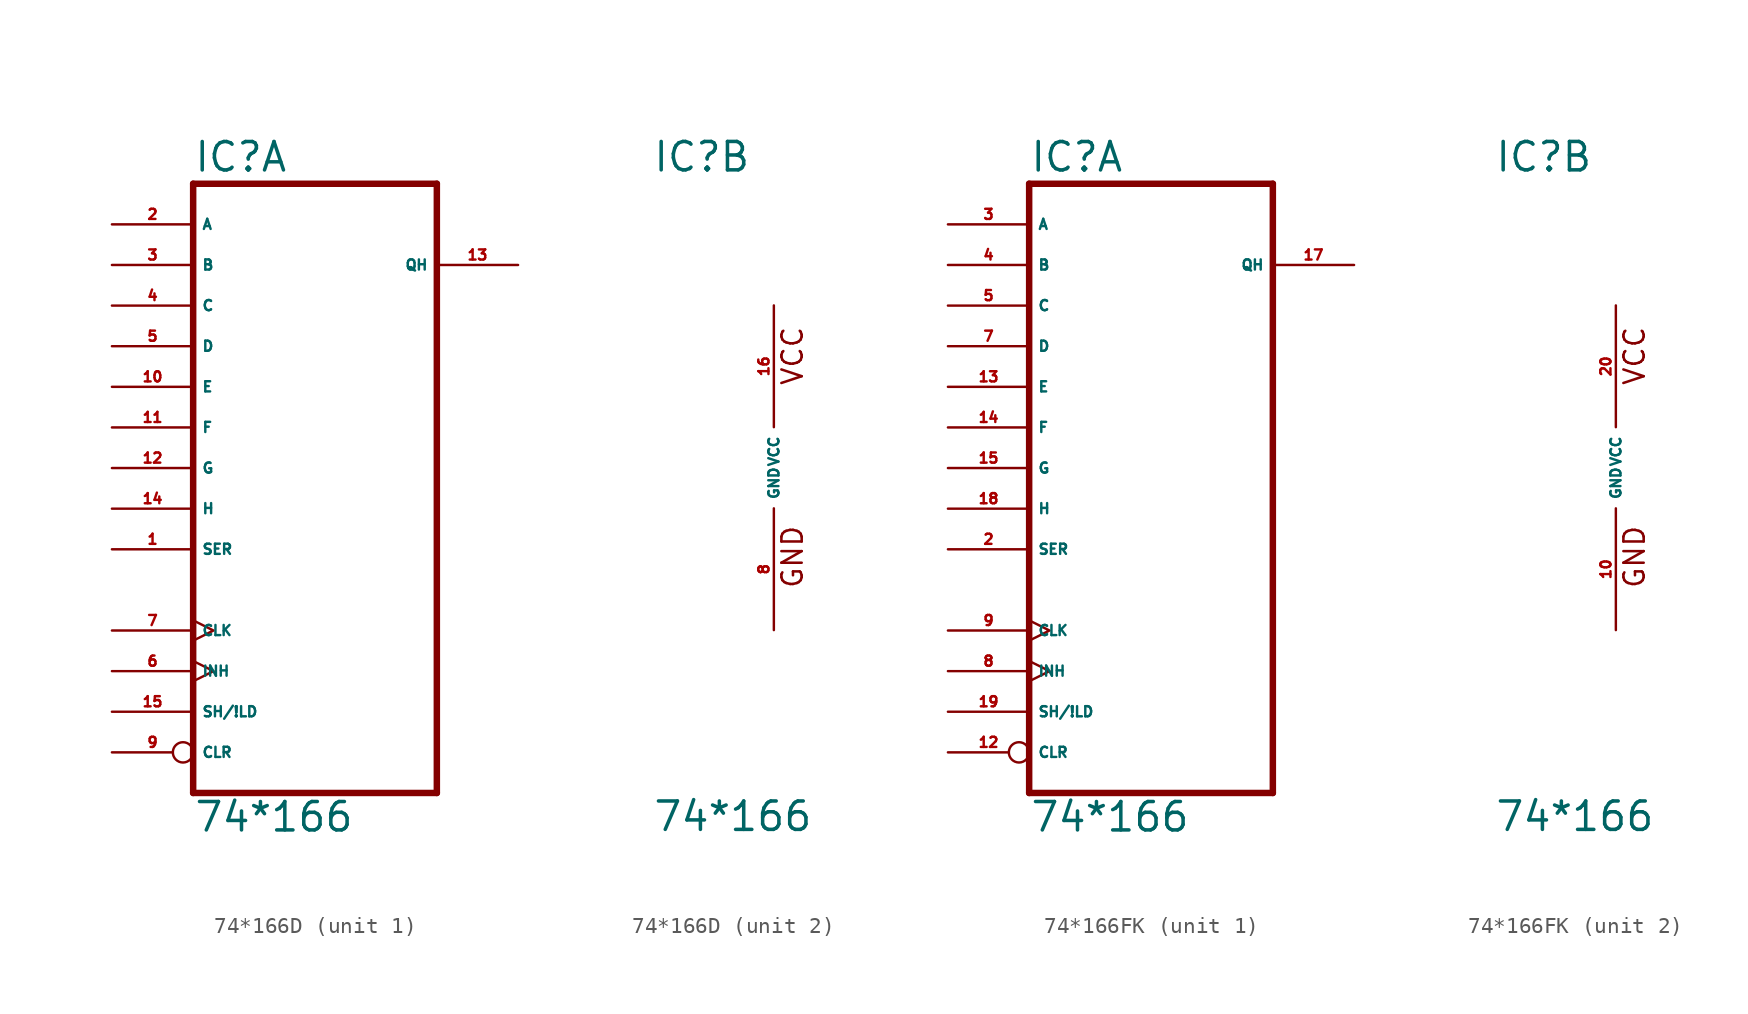
<source format=kicad_sym>
(kicad_symbol_lib
  (version 20220914)
  (generator Eagle2Kicad)
  (symbol "74*166D"
    (property "Reference" "IC"
      (at -7.62 18.415 0)
      (effects (font (size 1.778 1.778) (thickness 0.22)) (justify left bottom)))
    (property "Value" "74*166"
      (at -7.62 -22.86 0)
      (effects (font (size 1.778 1.778) (thickness 0.22)) (justify left bottom)))
    (symbol "74*166D_1_0"
      (polyline (pts (xy -7.62 -20.32) (xy 7.62 -20.32)) (stroke (width 0.406) (type default)) (fill (type none)))
      (polyline (pts (xy 7.62 -20.32) (xy 7.62 17.78)) (stroke (width 0.406) (type default)) (fill (type none)))
      (polyline (pts (xy 7.62 17.78) (xy -7.62 17.78)) (stroke (width 0.406) (type default)) (fill (type none)))
      (polyline (pts (xy -7.62 17.78) (xy -7.62 -20.32)) (stroke (width 0.406) (type default)) (fill (type none)))
      (pin input line (at -12.7 -5.08 0) (length 5.08) (name "SER" (effects (font (size 0.635 0.635) (thickness 0.08)) (justify left bottom))) (number "1" (effects (font (size 0.635 0.635) (thickness 0.08)) (justify left bottom))))
      (pin input line (at -12.7 15.24 0) (length 5.08) (name "A" (effects (font (size 0.635 0.635) (thickness 0.08)) (justify left bottom))) (number "2" (effects (font (size 0.635 0.635) (thickness 0.08)) (justify left bottom))))
      (pin input line (at -12.7 12.7 0) (length 5.08) (name "B" (effects (font (size 0.635 0.635) (thickness 0.08)) (justify left bottom))) (number "3" (effects (font (size 0.635 0.635) (thickness 0.08)) (justify left bottom))))
      (pin input line (at -12.7 10.16 0) (length 5.08) (name "C" (effects (font (size 0.635 0.635) (thickness 0.08)) (justify left bottom))) (number "4" (effects (font (size 0.635 0.635) (thickness 0.08)) (justify left bottom))))
      (pin input line (at -12.7 7.62 0) (length 5.08) (name "D" (effects (font (size 0.635 0.635) (thickness 0.08)) (justify left bottom))) (number "5" (effects (font (size 0.635 0.635) (thickness 0.08)) (justify left bottom))))
      (pin input clock (at -12.7 -12.7 0) (length 5.08) (name "INH" (effects (font (size 0.635 0.635) (thickness 0.08)) (justify left bottom))) (number "6" (effects (font (size 0.635 0.635) (thickness 0.08)) (justify left bottom))))
      (pin input clock (at -12.7 -10.16 0) (length 5.08) (name "CLK" (effects (font (size 0.635 0.635) (thickness 0.08)) (justify left bottom))) (number "7" (effects (font (size 0.635 0.635) (thickness 0.08)) (justify left bottom))))
      (pin input inverted (at -12.7 -17.78 0) (length 5.08) (name "CLR" (effects (font (size 0.635 0.635) (thickness 0.08)) (justify left bottom))) (number "9" (effects (font (size 0.635 0.635) (thickness 0.08)) (justify left bottom))))
      (pin input line (at -12.7 5.08 0) (length 5.08) (name "E" (effects (font (size 0.635 0.635) (thickness 0.08)) (justify left bottom))) (number "10" (effects (font (size 0.635 0.635) (thickness 0.08)) (justify left bottom))))
      (pin input line (at -12.7 2.54 0) (length 5.08) (name "F" (effects (font (size 0.635 0.635) (thickness 0.08)) (justify left bottom))) (number "11" (effects (font (size 0.635 0.635) (thickness 0.08)) (justify left bottom))))
      (pin input line (at -12.7 0 0) (length 5.08) (name "G" (effects (font (size 0.635 0.635) (thickness 0.08)) (justify left bottom))) (number "12" (effects (font (size 0.635 0.635) (thickness 0.08)) (justify left bottom))))
      (pin output line (at 12.7 12.7 180) (length 5.08) (name "QH" (effects (font (size 0.635 0.635) (thickness 0.08)) (justify left bottom))) (number "13" (effects (font (size 0.635 0.635) (thickness 0.08)) (justify left bottom))))
      (pin input line (at -12.7 -2.54 0) (length 5.08) (name "H" (effects (font (size 0.635 0.635) (thickness 0.08)) (justify left bottom))) (number "14" (effects (font (size 0.635 0.635) (thickness 0.08)) (justify left bottom))))
      (pin input line (at -12.7 -15.24 0) (length 5.08) (name "SH/!LD" (effects (font (size 0.635 0.635) (thickness 0.08)) (justify left bottom))) (number "15" (effects (font (size 0.635 0.635) (thickness 0.08)) (justify left bottom)))))
    (symbol "74*166D_2_0"
      (text "GND" (at 1.905 -7.62 900) (effects (font (size 1.27 1.27) (thickness 0.16)) (justify left bottom)))
      (text "VCC" (at 1.905 5.08 900) (effects (font (size 1.27 1.27) (thickness 0.16)) (justify left bottom)))
      (pin unspecified line (at 0 -10.16 90) (length 7.62) (name "GND" (effects (font (size 0.635 0.635) (thickness 0.08)) (justify left bottom))) (number "8" (effects (font (size 0.635 0.635) (thickness 0.08)) (justify left bottom))))
      (pin unspecified line (at 0 10.16 270) (length 7.62) (name "VCC" (effects (font (size 0.635 0.635) (thickness 0.08)) (justify left bottom))) (number "16" (effects (font (size 0.635 0.635) (thickness 0.08)) (justify left bottom))))))
  (symbol "74*166FK"
    (property "Reference" "IC"
      (at -7.62 18.415 0)
      (effects (font (size 1.778 1.778) (thickness 0.22)) (justify left bottom)))
    (property "Value" "74*166"
      (at -7.62 -22.86 0)
      (effects (font (size 1.778 1.778) (thickness 0.22)) (justify left bottom)))
    (symbol "74*166FK_1_0"
      (polyline (pts (xy -7.62 -20.32) (xy 7.62 -20.32)) (stroke (width 0.406) (type default)) (fill (type none)))
      (polyline (pts (xy 7.62 -20.32) (xy 7.62 17.78)) (stroke (width 0.406) (type default)) (fill (type none)))
      (polyline (pts (xy 7.62 17.78) (xy -7.62 17.78)) (stroke (width 0.406) (type default)) (fill (type none)))
      (polyline (pts (xy -7.62 17.78) (xy -7.62 -20.32)) (stroke (width 0.406) (type default)) (fill (type none)))
      (pin input line (at -12.7 -5.08 0) (length 5.08) (name "SER" (effects (font (size 0.635 0.635) (thickness 0.08)) (justify left bottom))) (number "2" (effects (font (size 0.635 0.635) (thickness 0.08)) (justify left bottom))))
      (pin input line (at -12.7 15.24 0) (length 5.08) (name "A" (effects (font (size 0.635 0.635) (thickness 0.08)) (justify left bottom))) (number "3" (effects (font (size 0.635 0.635) (thickness 0.08)) (justify left bottom))))
      (pin input line (at -12.7 12.7 0) (length 5.08) (name "B" (effects (font (size 0.635 0.635) (thickness 0.08)) (justify left bottom))) (number "4" (effects (font (size 0.635 0.635) (thickness 0.08)) (justify left bottom))))
      (pin input line (at -12.7 10.16 0) (length 5.08) (name "C" (effects (font (size 0.635 0.635) (thickness 0.08)) (justify left bottom))) (number "5" (effects (font (size 0.635 0.635) (thickness 0.08)) (justify left bottom))))
      (pin input line (at -12.7 7.62 0) (length 5.08) (name "D" (effects (font (size 0.635 0.635) (thickness 0.08)) (justify left bottom))) (number "7" (effects (font (size 0.635 0.635) (thickness 0.08)) (justify left bottom))))
      (pin input clock (at -12.7 -12.7 0) (length 5.08) (name "INH" (effects (font (size 0.635 0.635) (thickness 0.08)) (justify left bottom))) (number "8" (effects (font (size 0.635 0.635) (thickness 0.08)) (justify left bottom))))
      (pin input clock (at -12.7 -10.16 0) (length 5.08) (name "CLK" (effects (font (size 0.635 0.635) (thickness 0.08)) (justify left bottom))) (number "9" (effects (font (size 0.635 0.635) (thickness 0.08)) (justify left bottom))))
      (pin input inverted (at -12.7 -17.78 0) (length 5.08) (name "CLR" (effects (font (size 0.635 0.635) (thickness 0.08)) (justify left bottom))) (number "12" (effects (font (size 0.635 0.635) (thickness 0.08)) (justify left bottom))))
      (pin input line (at -12.7 5.08 0) (length 5.08) (name "E" (effects (font (size 0.635 0.635) (thickness 0.08)) (justify left bottom))) (number "13" (effects (font (size 0.635 0.635) (thickness 0.08)) (justify left bottom))))
      (pin input line (at -12.7 2.54 0) (length 5.08) (name "F" (effects (font (size 0.635 0.635) (thickness 0.08)) (justify left bottom))) (number "14" (effects (font (size 0.635 0.635) (thickness 0.08)) (justify left bottom))))
      (pin input line (at -12.7 0 0) (length 5.08) (name "G" (effects (font (size 0.635 0.635) (thickness 0.08)) (justify left bottom))) (number "15" (effects (font (size 0.635 0.635) (thickness 0.08)) (justify left bottom))))
      (pin output line (at 12.7 12.7 180) (length 5.08) (name "QH" (effects (font (size 0.635 0.635) (thickness 0.08)) (justify left bottom))) (number "17" (effects (font (size 0.635 0.635) (thickness 0.08)) (justify left bottom))))
      (pin input line (at -12.7 -2.54 0) (length 5.08) (name "H" (effects (font (size 0.635 0.635) (thickness 0.08)) (justify left bottom))) (number "18" (effects (font (size 0.635 0.635) (thickness 0.08)) (justify left bottom))))
      (pin input line (at -12.7 -15.24 0) (length 5.08) (name "SH/!LD" (effects (font (size 0.635 0.635) (thickness 0.08)) (justify left bottom))) (number "19" (effects (font (size 0.635 0.635) (thickness 0.08)) (justify left bottom)))))
    (symbol "74*166FK_2_0"
      (text "GND" (at 1.905 -7.62 900) (effects (font (size 1.27 1.27) (thickness 0.16)) (justify left bottom)))
      (text "VCC" (at 1.905 5.08 900) (effects (font (size 1.27 1.27) (thickness 0.16)) (justify left bottom)))
      (pin unspecified line (at 0 -10.16 90) (length 7.62) (name "GND" (effects (font (size 0.635 0.635) (thickness 0.08)) (justify left bottom))) (number "10" (effects (font (size 0.635 0.635) (thickness 0.08)) (justify left bottom))))
      (pin unspecified line (at 0 10.16 270) (length 7.62) (name "VCC" (effects (font (size 0.635 0.635) (thickness 0.08)) (justify left bottom))) (number "20" (effects (font (size 0.635 0.635) (thickness 0.08)) (justify left bottom)))))))
</source>
